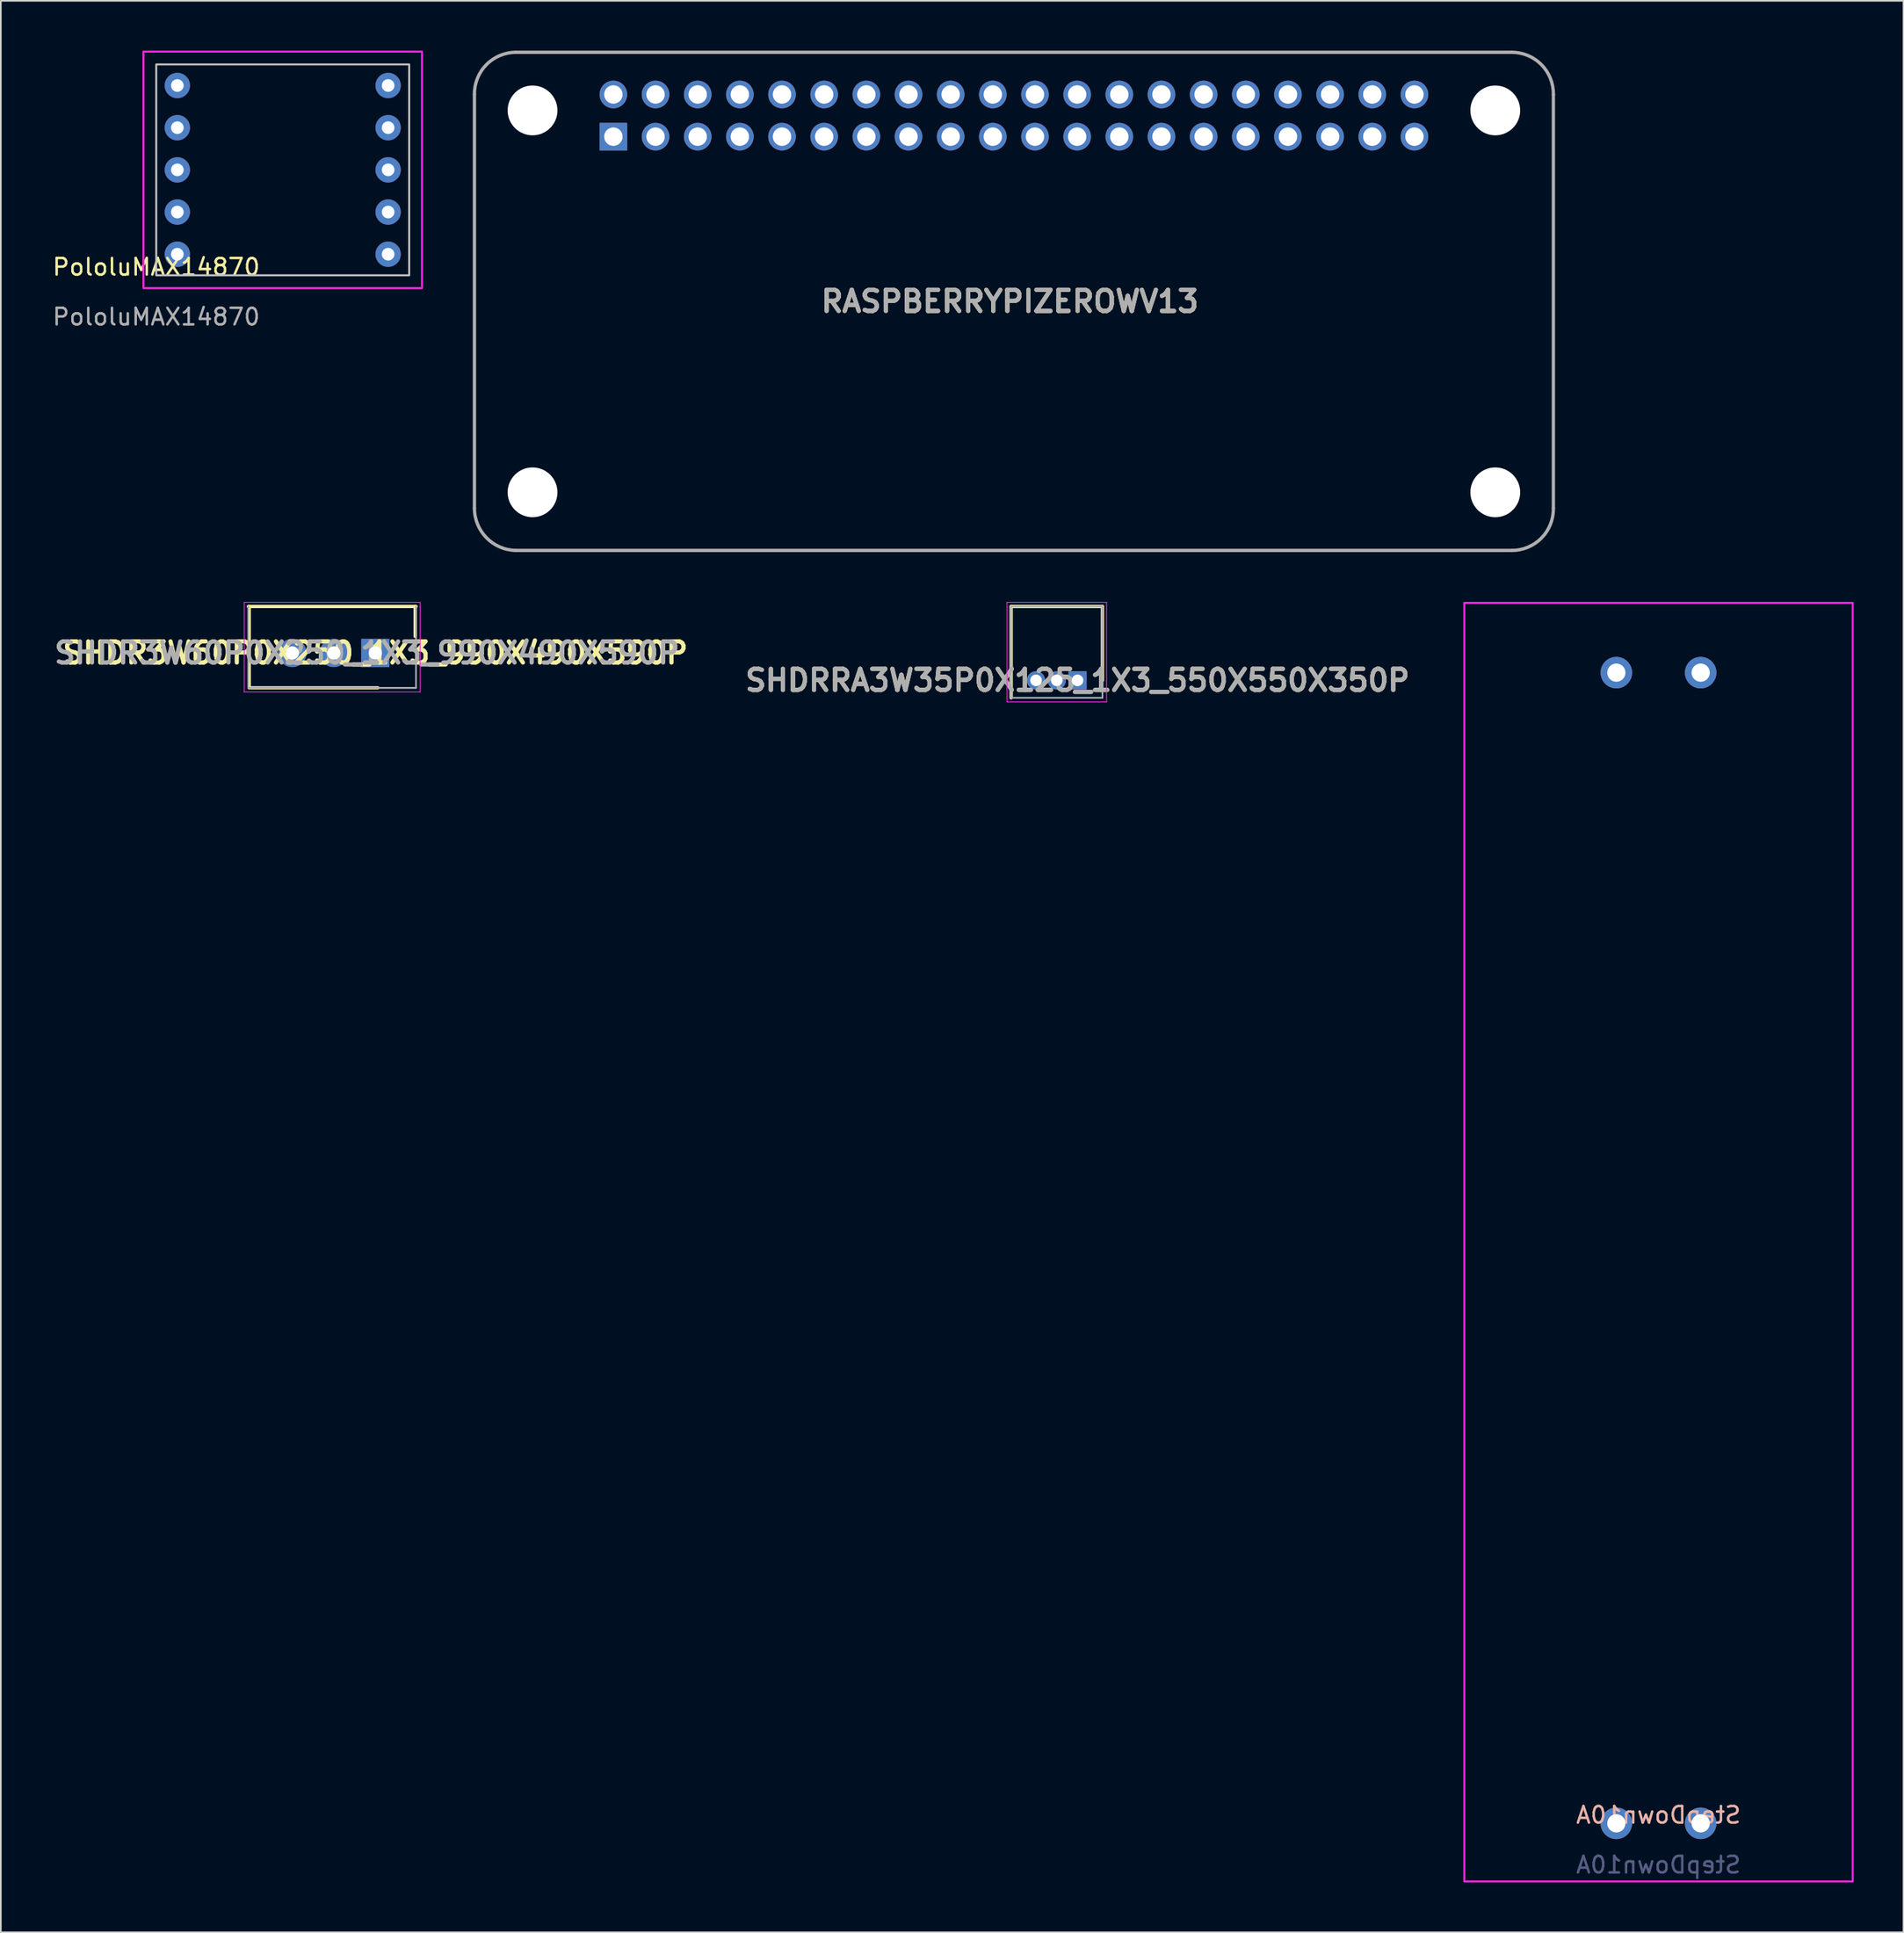
<source format=kicad_pcb>
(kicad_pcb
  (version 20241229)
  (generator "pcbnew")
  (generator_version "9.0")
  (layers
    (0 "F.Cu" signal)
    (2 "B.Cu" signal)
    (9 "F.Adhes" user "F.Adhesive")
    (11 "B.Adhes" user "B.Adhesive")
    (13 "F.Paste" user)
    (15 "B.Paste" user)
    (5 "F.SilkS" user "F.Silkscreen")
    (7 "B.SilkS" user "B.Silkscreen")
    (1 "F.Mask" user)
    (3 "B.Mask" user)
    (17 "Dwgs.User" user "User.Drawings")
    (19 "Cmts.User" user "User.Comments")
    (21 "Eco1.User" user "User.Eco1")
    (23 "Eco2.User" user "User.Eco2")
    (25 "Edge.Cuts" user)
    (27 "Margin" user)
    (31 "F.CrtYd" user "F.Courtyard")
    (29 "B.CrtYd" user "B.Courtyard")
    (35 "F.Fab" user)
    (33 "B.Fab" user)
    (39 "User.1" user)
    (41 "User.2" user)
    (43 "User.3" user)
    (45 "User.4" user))
  (footprint "SHDRRA3W35P0X125_1X3_550X550X350P"
    (layer "F.Cu")
    (at 61.866 37.925)
    (property "Reference" "SHDRRA3W35P0X125_1X3_550X550X350P" (at 0 0 0) (layer "F.SilkS") (effects (font (size 1.27 1.27) (thickness 0.254))))
    (attr through_hole)
    (fp_line (start -4 -4.45) (end -4 1.05) (stroke (width 0.2) (type solid)) (layer "F.SilkS"))
    (fp_line (start 1.5 -4.45) (end -4 -4.45) (stroke (width 0.2) (type solid)) (layer "F.SilkS"))
    (fp_line (start 1.5 0) (end 1.5 -4.45) (stroke (width 0.2) (type solid)) (layer "F.SilkS"))
    (fp_line (start -4.25 -4.7) (end 1.75 -4.7) (stroke (width 0.05) (type solid)) (layer "F.CrtYd"))
    (fp_line (start -4.25 1.3) (end -4.25 -4.7) (stroke (width 0.05) (type solid)) (layer "F.CrtYd"))
    (fp_line (start 1.75 -4.7) (end 1.75 1.3) (stroke (width 0.05) (type solid)) (layer "F.CrtYd"))
    (fp_line (start 1.75 1.3) (end -4.25 1.3) (stroke (width 0.05) (type solid)) (layer "F.CrtYd"))
    (fp_line (start -4 -4.45) (end 1.5 -4.45) (stroke (width 0.1) (type solid)) (layer "F.Fab"))
    (fp_line (start -4 1.05) (end -4 -4.45) (stroke (width 0.1) (type solid)) (layer "F.Fab"))
    (fp_line (start 1.5 -4.45) (end 1.5 1.05) (stroke (width 0.1) (type solid)) (layer "F.Fab"))
    (fp_line (start 1.5 1.05) (end -4 1.05) (stroke (width 0.1) (type solid)) (layer "F.Fab"))
    (fp_text user "${REFERENCE}" (at 0 0 0) (layer "F.Fab") (effects (font (size 1.27 1.27) (thickness 0.254))))
    (pad "1" thru_hole rect (at 0 0) (size 1.1 1.1) (drill 0.7) (layers "*.Cu" "*.Mask"))
    (pad "2" thru_hole circle (at -1.25 0) (size 1.1 1.1) (drill 0.7) (layers "*.Cu" "*.Mask"))
    (pad "3" thru_hole circle (at -2.5 0) (size 1.1 1.1) (drill 0.7) (layers "*.Cu" "*.Mask")))
  (footprint "SHDR3W60P0X250_1X3_990X490X590P"
    (layer "F.Cu")
    (at 19.562 36.275)
    (property "Reference" "SHDR3W60P0X250_1X3_990X490X590P" (at 0 0 0) (layer "F.SilkS") (effects (font (size 1.27 1.27) (thickness 0.254))))
    (attr through_hole)
    (fp_line (start -7.65 -2.8) (end 2.45 -2.8) (stroke (width 0.2) (type solid)) (layer "F.SilkS"))
    (fp_line (start -7.6 2.1) (end -7.6 -2.8) (stroke (width 0.2) (type solid)) (layer "F.SilkS"))
    (fp_line (start 0.15 2.1) (end -7.5 2.1) (stroke (width 0.2) (type solid)) (layer "F.SilkS"))
    (fp_line (start 2.4 -2.8) (end 2.4 -1) (stroke (width 0.2) (type solid)) (layer "F.SilkS"))
    (fp_line (start -7.9 -3.05) (end 2.7 -3.05) (stroke (width 0.05) (type solid)) (layer "F.CrtYd"))
    (fp_line (start -7.9 2.35) (end -7.9 -3.05) (stroke (width 0.05) (type solid)) (layer "F.CrtYd"))
    (fp_line (start 2.7 -3.05) (end 2.7 2.35) (stroke (width 0.05) (type solid)) (layer "F.CrtYd"))
    (fp_line (start 2.7 2.35) (end -7.9 2.35) (stroke (width 0.05) (type solid)) (layer "F.CrtYd"))
    (fp_line (start -7.65 2.1) (end -7.65 -2.8) (stroke (width 0.1) (type solid)) (layer "F.Fab"))
    (fp_line (start -7.65 2.1) (end 2.45 2.1) (stroke (width 0.1) (type solid)) (layer "F.Fab"))
    (fp_line (start 2.45 -2.8) (end 2.45 2.1) (stroke (width 0.1) (type solid)) (layer "F.Fab"))
    (fp_line (start 2.45 2.1) (end -7.65 2.1) (stroke (width 0.1) (type solid)) (layer "F.Fab"))
    (fp_text user "${REFERENCE}" (at -0.5 0 0) (layer "F.Fab") (effects (font (size 1.27 1.27) (thickness 0.254))))
    (pad "1" thru_hole rect (at 0 0) (size 1.7 1.7) (drill 0.8) (layers "*.Cu" "*.Mask"))
    (pad "2" thru_hole circle (at -2.5 0) (size 1.7 1.7) (drill 0.8) (layers "*.Cu" "*.Mask"))
    (pad "3" thru_hole circle (at -5 0) (size 1.7 1.7) (drill 0.8) (layers "*.Cu" "*.Mask")))
  (footprint "StepDown10A"
    (layer "F.Cu")
    (at 96.867 106.76)
    (property "Reference" "StepDown10A" (at 0 -0.5 0) (unlocked yes) (layer "B.SilkS") (effects (font (size 1 1) (thickness 0.15)) (justify mirror)))
    (attr through_hole)
    (fp_rect (start 11.7 3.5) (end -11.7 -73.5) (stroke (width 0.12) (type solid)) (fill no) (layer "F.CrtYd"))
    (fp_text user "${REFERENCE}" (at 0 2.5 0) (unlocked yes) (layer "B.Fab") (effects (font (size 1 1) (thickness 0.15)) (justify mirror)))
    (pad "1" thru_hole circle (at -2.54 0) (size 1.9 1.9) (drill 1.1) (layers "*.Cu" "*.Mask"))
    (pad "2" thru_hole circle (at 2.54 -69.3) (size 1.9 1.9) (drill 1.1) (layers "*.Cu" "*.Mask"))
    (pad "2" thru_hole circle (at 2.54 0) (size 1.9 1.9) (drill 1.1) (layers "*.Cu" "*.Mask"))
    (pad "3" thru_hole circle (at -2.54 -69.3) (size 1.9 1.9) (drill 1.1) (layers "*.Cu" "*.Mask")))
  (footprint "PololuMAX14870"
    (layer "F.Cu")
    (at 6.363 13.53)
    (property "Reference" "PololuMAX14870" (at 0 -0.5 0) (unlocked yes) (layer "F.SilkS") (effects (font (size 1 1) (thickness 0.15))))
    (attr through_hole)
    (fp_rect (start 0 0) (end 15.24 -12.7) (stroke (width 0.12) (type solid)) (fill no) (layer "Dwgs.User"))
    (fp_rect (start -0.77 -13.47) (end 16.01 0.77) (stroke (width 0.12) (type solid)) (fill no) (layer "F.CrtYd"))
    (fp_text user "${REFERENCE}" (at 0 2.5 0) (unlocked yes) (layer "F.Fab") (effects (font (size 1 1) (thickness 0.15))))
    (pad "1" thru_hole circle (at 1.27 -11.43) (size 1.524 1.524) (drill 0.762) (layers "*.Cu" "*.Mask"))
    (pad "2" thru_hole circle (at 1.27 -8.89) (size 1.524 1.524) (drill 0.762) (layers "*.Cu" "*.Mask"))
    (pad "3" thru_hole circle (at 1.27 -6.35) (size 1.524 1.524) (drill 0.762) (layers "*.Cu" "*.Mask"))
    (pad "4" thru_hole circle (at 1.27 -3.81) (size 1.524 1.524) (drill 0.762) (layers "*.Cu" "*.Mask"))
    (pad "5" thru_hole circle (at 1.27 -1.27) (size 1.524 1.524) (drill 0.762) (layers "*.Cu" "*.Mask"))
    (pad "5" thru_hole circle (at 13.97 -1.27) (size 1.524 1.524) (drill 0.762) (layers "*.Cu" "*.Mask"))
    (pad "6" thru_hole circle (at 13.97 -11.43) (size 1.524 1.524) (drill 0.762) (layers "*.Cu" "*.Mask"))
    (pad "7" thru_hole circle (at 13.97 -8.89) (size 1.524 1.524) (drill 0.762) (layers "*.Cu" "*.Mask"))
    (pad "8" thru_hole circle (at 13.97 -6.35) (size 1.524 1.524) (drill 0.762) (layers "*.Cu" "*.Mask"))
    (pad "9" thru_hole circle (at 13.97 -3.81) (size 1.524 1.524) (drill 0.762) (layers "*.Cu" "*.Mask")))
  (footprint "RASPBERRYPIZEROWV13"
    (layer "F.Cu")
    (at 57.788 15.1)
    (property "Reference" "RASPBERRYPIZEROWV13" (at 0 0 0) (layer "F.SilkS") (effects (font (size 1.27 1.27) (thickness 0.254))))
    (attr through_hole)
    (fp_line (start -32.255 -12.46) (end -32.255 12.46) (stroke (width 0.2) (type solid)) (layer "F.Fab"))
    (fp_line (start -29.755 15) (end 30.245 15) (stroke (width 0.2) (type solid)) (layer "F.Fab"))
    (fp_line (start 30.245 -15) (end -29.755 -15) (stroke (width 0.2) (type solid)) (layer "F.Fab"))
    (fp_line (start 32.745 12.46) (end 32.745 -12.46) (stroke (width 0.2) (type solid)) (layer "F.Fab"))
    (fp_arc (start -32.255061 -12.463955) (mid -31.535456 -14.254877) (end -29.755 -15) (stroke (width 0.2) (type solid)) (layer "F.Fab"))
    (fp_arc (start -29.759015 14.999933) (mid -31.526564 14.240534) (end -32.255 12.46) (stroke (width 0.2) (type solid)) (layer "F.Fab"))
    (fp_arc (start 30.248955 -14.999995) (mid 32.028229 -14.252057) (end 32.745 -12.46) (stroke (width 0.2) (type solid)) (layer "F.Fab"))
    (fp_arc (start 32.745061 12.463955) (mid 32.025456 14.254877) (end 30.245 15) (stroke (width 0.2) (type solid)) (layer "F.Fab"))
    (fp_text user "${REFERENCE}" (at 0 0 0) (layer "F.Fab") (effects (font (size 1.27 1.27) (thickness 0.254))))
    (pad "" np_thru_hole circle (at -28.755 -11.5) (size 3 3) (drill 3) (layers "*.Cu" "*.Mask"))
    (pad "" np_thru_hole circle (at -28.755 11.5) (size 3 3) (drill 3) (layers "*.Cu" "*.Mask"))
    (pad "" np_thru_hole circle (at 29.245 -11.5) (size 3 3) (drill 3) (layers "*.Cu" "*.Mask"))
    (pad "" np_thru_hole circle (at 29.245 11.5) (size 3 3) (drill 3) (layers "*.Cu" "*.Mask"))
    (pad "1" thru_hole rect (at -23.885 -9.92) (size 1.665 1.665) (drill 1.11) (layers "*.Cu" "*.Mask"))
    (pad "2" thru_hole circle (at -23.885 -12.46) (size 1.665 1.665) (drill 1.11) (layers "*.Cu" "*.Mask"))
    (pad "3" thru_hole circle (at -21.345 -9.92) (size 1.665 1.665) (drill 1.11) (layers "*.Cu" "*.Mask"))
    (pad "4" thru_hole circle (at -21.345 -12.46) (size 1.665 1.665) (drill 1.11) (layers "*.Cu" "*.Mask"))
    (pad "5" thru_hole circle (at -18.805 -9.92) (size 1.665 1.665) (drill 1.11) (layers "*.Cu" "*.Mask"))
    (pad "6" thru_hole circle (at -18.805 -12.46) (size 1.665 1.665) (drill 1.11) (layers "*.Cu" "*.Mask"))
    (pad "7" thru_hole circle (at -16.265 -9.92) (size 1.665 1.665) (drill 1.11) (layers "*.Cu" "*.Mask"))
    (pad "8" thru_hole circle (at -16.265 -12.46) (size 1.665 1.665) (drill 1.11) (layers "*.Cu" "*.Mask"))
    (pad "9" thru_hole circle (at -13.725 -9.92) (size 1.665 1.665) (drill 1.11) (layers "*.Cu" "*.Mask"))
    (pad "10" thru_hole circle (at -13.725 -12.46) (size 1.665 1.665) (drill 1.11) (layers "*.Cu" "*.Mask"))
    (pad "11" thru_hole circle (at -11.185 -9.92) (size 1.665 1.665) (drill 1.11) (layers "*.Cu" "*.Mask"))
    (pad "12" thru_hole circle (at -11.185 -12.46) (size 1.665 1.665) (drill 1.11) (layers "*.Cu" "*.Mask"))
    (pad "13" thru_hole circle (at -8.645 -9.92) (size 1.665 1.665) (drill 1.11) (layers "*.Cu" "*.Mask"))
    (pad "14" thru_hole circle (at -8.645 -12.46) (size 1.665 1.665) (drill 1.11) (layers "*.Cu" "*.Mask"))
    (pad "15" thru_hole circle (at -6.105 -9.92) (size 1.665 1.665) (drill 1.11) (layers "*.Cu" "*.Mask"))
    (pad "16" thru_hole circle (at -6.105 -12.46) (size 1.665 1.665) (drill 1.11) (layers "*.Cu" "*.Mask"))
    (pad "17" thru_hole circle (at -3.565 -9.92) (size 1.665 1.665) (drill 1.11) (layers "*.Cu" "*.Mask"))
    (pad "18" thru_hole circle (at -3.565 -12.46) (size 1.665 1.665) (drill 1.11) (layers "*.Cu" "*.Mask"))
    (pad "19" thru_hole circle (at -1.025 -9.92) (size 1.665 1.665) (drill 1.11) (layers "*.Cu" "*.Mask"))
    (pad "20" thru_hole circle (at -1.025 -12.46) (size 1.665 1.665) (drill 1.11) (layers "*.Cu" "*.Mask"))
    (pad "21" thru_hole circle (at 1.515 -9.92) (size 1.665 1.665) (drill 1.11) (layers "*.Cu" "*.Mask"))
    (pad "22" thru_hole circle (at 1.515 -12.46) (size 1.665 1.665) (drill 1.11) (layers "*.Cu" "*.Mask"))
    (pad "23" thru_hole circle (at 4.055 -9.92) (size 1.665 1.665) (drill 1.11) (layers "*.Cu" "*.Mask"))
    (pad "24" thru_hole circle (at 4.055 -12.46) (size 1.665 1.665) (drill 1.11) (layers "*.Cu" "*.Mask"))
    (pad "25" thru_hole circle (at 6.595 -9.92) (size 1.665 1.665) (drill 1.11) (layers "*.Cu" "*.Mask"))
    (pad "26" thru_hole circle (at 6.595 -12.46) (size 1.665 1.665) (drill 1.11) (layers "*.Cu" "*.Mask"))
    (pad "27" thru_hole circle (at 9.135 -9.92) (size 1.665 1.665) (drill 1.11) (layers "*.Cu" "*.Mask"))
    (pad "28" thru_hole circle (at 9.135 -12.46) (size 1.665 1.665) (drill 1.11) (layers "*.Cu" "*.Mask"))
    (pad "29" thru_hole circle (at 11.675 -9.92) (size 1.665 1.665) (drill 1.11) (layers "*.Cu" "*.Mask"))
    (pad "30" thru_hole circle (at 11.675 -12.46) (size 1.665 1.665) (drill 1.11) (layers "*.Cu" "*.Mask"))
    (pad "31" thru_hole circle (at 14.215 -9.92) (size 1.665 1.665) (drill 1.11) (layers "*.Cu" "*.Mask"))
    (pad "32" thru_hole circle (at 14.215 -12.46) (size 1.665 1.665) (drill 1.11) (layers "*.Cu" "*.Mask"))
    (pad "33" thru_hole circle (at 16.755 -9.92) (size 1.665 1.665) (drill 1.11) (layers "*.Cu" "*.Mask"))
    (pad "34" thru_hole circle (at 16.755 -12.46) (size 1.665 1.665) (drill 1.11) (layers "*.Cu" "*.Mask"))
    (pad "35" thru_hole circle (at 19.295 -9.92) (size 1.665 1.665) (drill 1.11) (layers "*.Cu" "*.Mask"))
    (pad "36" thru_hole circle (at 19.295 -12.46) (size 1.665 1.665) (drill 1.11) (layers "*.Cu" "*.Mask"))
    (pad "37" thru_hole circle (at 21.835 -9.92) (size 1.665 1.665) (drill 1.11) (layers "*.Cu" "*.Mask"))
    (pad "38" thru_hole circle (at 21.835 -12.46) (size 1.665 1.665) (drill 1.11) (layers "*.Cu" "*.Mask"))
    (pad "39" thru_hole circle (at 24.375 -9.92) (size 1.665 1.665) (drill 1.11) (layers "*.Cu" "*.Mask"))
    (pad "40" thru_hole circle (at 24.375 -12.46) (size 1.665 1.665) (drill 1.11) (layers "*.Cu" "*.Mask")))
  (gr_rect
    (start -3 -3)
    (end 111.627 113.32)
    (stroke (width 0.1) (type default))
    (fill no)
    (layer "Edge.Cuts")))
</source>
